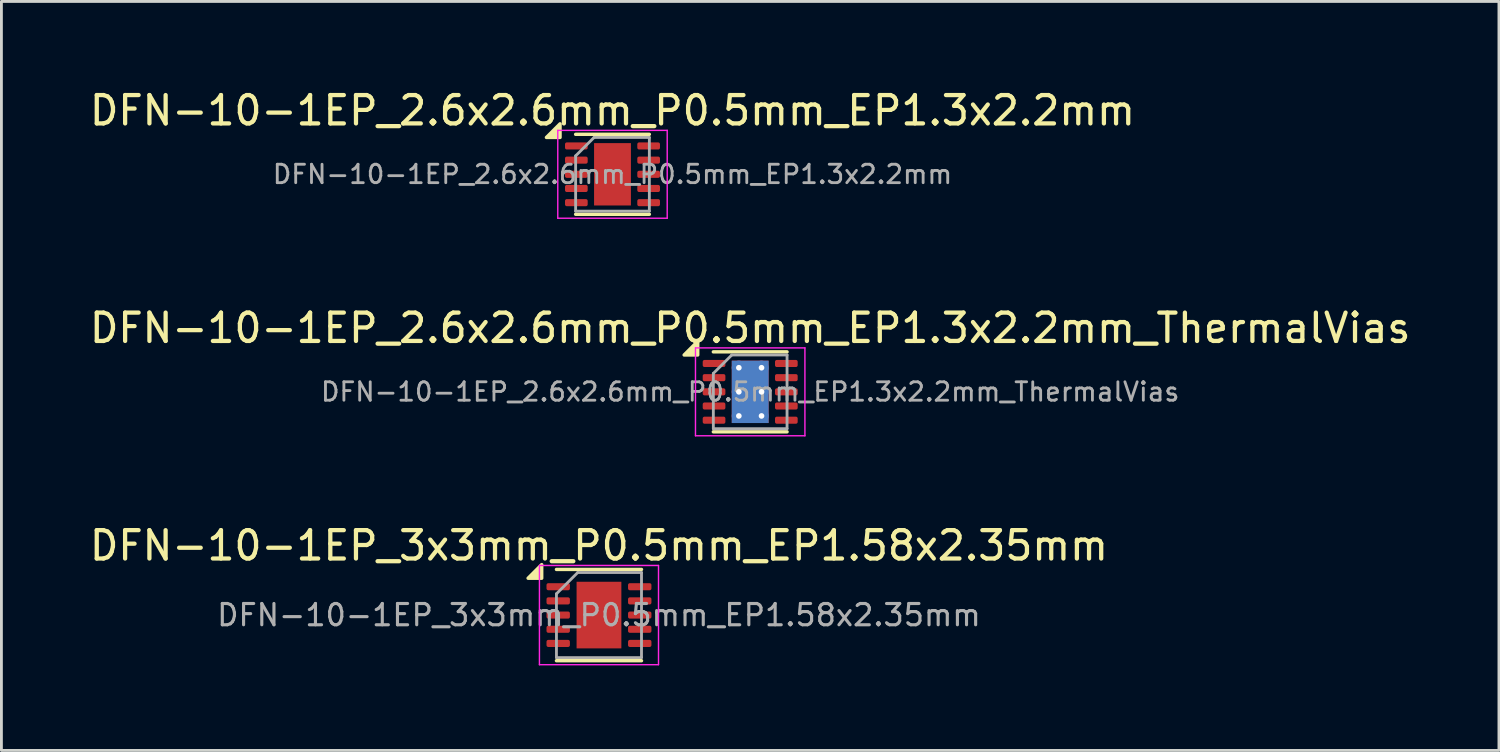
<source format=kicad_pcb>
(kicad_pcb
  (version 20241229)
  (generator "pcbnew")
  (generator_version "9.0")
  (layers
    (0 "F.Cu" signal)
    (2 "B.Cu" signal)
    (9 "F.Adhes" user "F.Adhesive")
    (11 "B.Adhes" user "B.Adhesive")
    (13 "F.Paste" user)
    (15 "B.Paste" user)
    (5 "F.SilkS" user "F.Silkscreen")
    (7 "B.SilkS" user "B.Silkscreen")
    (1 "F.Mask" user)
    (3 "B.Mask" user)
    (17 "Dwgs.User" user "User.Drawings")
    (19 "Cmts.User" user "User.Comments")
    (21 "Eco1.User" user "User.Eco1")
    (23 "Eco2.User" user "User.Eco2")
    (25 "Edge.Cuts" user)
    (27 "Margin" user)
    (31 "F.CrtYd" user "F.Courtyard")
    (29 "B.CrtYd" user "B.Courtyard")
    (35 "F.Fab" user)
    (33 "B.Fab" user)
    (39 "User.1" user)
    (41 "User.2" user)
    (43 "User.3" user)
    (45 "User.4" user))
  (footprint "DFN-10-1EP_2.6x2.6mm_P0.5mm_EP1.3x2.2mm_ThermalVias"
    (layer "F.Cu")
    (at 23.411 10.771)
    (property "Reference" "DFN-10-1EP_2.6x2.6mm_P0.5mm_EP1.3x2.2mm_ThermalVias" (at 0 -2.25 0) (layer "F.SilkS") (effects (font (size 1 1) (thickness 0.15))))
    (attr smd)
    (fp_line (start -1.3 -1.41) (end 1.3 -1.41) (stroke (width 0.12) (type solid)) (layer "F.SilkS"))
    (fp_line (start -1.3 1.41) (end 1.3 1.41) (stroke (width 0.12) (type solid)) (layer "F.SilkS"))
    (fp_poly (pts (xy -1.85 -1.3) (xy -2.33 -1.3) (xy -1.85 -1.78) (xy -1.85 -1.3)) (stroke (width 0.12) (type solid)) (fill yes) (layer "F.SilkS"))
    (fp_line (start -1.93 -1.55) (end -1.93 1.55) (stroke (width 0.05) (type solid)) (layer "F.CrtYd"))
    (fp_line (start -1.93 1.55) (end 1.93 1.55) (stroke (width 0.05) (type solid)) (layer "F.CrtYd"))
    (fp_line (start 1.93 -1.55) (end -1.93 -1.55) (stroke (width 0.05) (type solid)) (layer "F.CrtYd"))
    (fp_line (start 1.93 1.55) (end 1.93 -1.55) (stroke (width 0.05) (type solid)) (layer "F.CrtYd"))
    (fp_line (start -1.3 -0.65) (end -0.65 -1.3) (stroke (width 0.1) (type solid)) (layer "F.Fab"))
    (fp_line (start -1.3 1.3) (end -1.3 -0.65) (stroke (width 0.1) (type solid)) (layer "F.Fab"))
    (fp_line (start -0.65 -1.3) (end 1.3 -1.3) (stroke (width 0.1) (type solid)) (layer "F.Fab"))
    (fp_line (start 1.3 -1.3) (end 1.3 1.3) (stroke (width 0.1) (type solid)) (layer "F.Fab"))
    (fp_line (start 1.3 1.3) (end -1.3 1.3) (stroke (width 0.1) (type solid)) (layer "F.Fab"))
    (fp_text user "${REFERENCE}" (at 0 0 0) (layer "F.Fab") (effects (font (size 0.65 0.65) (thickness 0.1))))
    (pad "" smd roundrect (at -0.325 -0.55) (size 0.52 0.89) (layers "F.Paste") (roundrect_rratio 0.25))
    (pad "" smd roundrect (at -0.325 0.55) (size 0.52 0.89) (layers "F.Paste") (roundrect_rratio 0.25))
    (pad "" smd roundrect (at 0.325 -0.55) (size 0.52 0.89) (layers "F.Paste") (roundrect_rratio 0.25))
    (pad "" smd roundrect (at 0.325 0.55) (size 0.52 0.89) (layers "F.Paste") (roundrect_rratio 0.25))
    (pad "1" smd roundrect (at -1.275 -1) (size 0.8 0.25) (layers "F.Cu" "F.Mask" "F.Paste") (roundrect_rratio 0.25))
    (pad "2" smd roundrect (at -1.275 -0.5) (size 0.8 0.25) (layers "F.Cu" "F.Mask" "F.Paste") (roundrect_rratio 0.25))
    (pad "3" smd roundrect (at -1.275 0) (size 0.8 0.25) (layers "F.Cu" "F.Mask" "F.Paste") (roundrect_rratio 0.25))
    (pad "4" smd roundrect (at -1.275 0.5) (size 0.8 0.25) (layers "F.Cu" "F.Mask" "F.Paste") (roundrect_rratio 0.25))
    (pad "5" smd roundrect (at -1.275 1) (size 0.8 0.25) (layers "F.Cu" "F.Mask" "F.Paste") (roundrect_rratio 0.25))
    (pad "6" smd roundrect (at 1.275 1) (size 0.8 0.25) (layers "F.Cu" "F.Mask" "F.Paste") (roundrect_rratio 0.25))
    (pad "7" smd roundrect (at 1.275 0.5) (size 0.8 0.25) (layers "F.Cu" "F.Mask" "F.Paste") (roundrect_rratio 0.25))
    (pad "8" smd roundrect (at 1.275 0) (size 0.8 0.25) (layers "F.Cu" "F.Mask" "F.Paste") (roundrect_rratio 0.25))
    (pad "9" smd roundrect (at 1.275 -0.5) (size 0.8 0.25) (layers "F.Cu" "F.Mask" "F.Paste") (roundrect_rratio 0.25))
    (pad "10" smd roundrect (at 1.275 -1) (size 0.8 0.25) (layers "F.Cu" "F.Mask" "F.Paste") (roundrect_rratio 0.25))
    (pad "11" thru_hole circle (at -0.4 -0.85) (size 0.5 0.5) (drill 0.2) (property pad_prop_heatsink) (layers "*.Cu"))
    (pad "11" thru_hole circle (at -0.4 0) (size 0.5 0.5) (drill 0.2) (property pad_prop_heatsink) (layers "*.Cu"))
    (pad "11" thru_hole circle (at -0.4 0.85) (size 0.5 0.5) (drill 0.2) (property pad_prop_heatsink) (layers "*.Cu"))
    (pad "11" smd rect (at 0 0) (size 1.3 2.2) (property pad_prop_heatsink) (layers "F.Cu" "F.Mask"))
    (pad "11" smd rect (at 0 0) (size 1.3 2.2) (property pad_prop_heatsink) (layers "B.Cu"))
    (pad "11" thru_hole circle (at 0.4 -0.85) (size 0.5 0.5) (drill 0.2) (property pad_prop_heatsink) (layers "*.Cu"))
    (pad "11" thru_hole circle (at 0.4 0) (size 0.5 0.5) (drill 0.2) (property pad_prop_heatsink) (layers "*.Cu"))
    (pad "11" thru_hole circle (at 0.4 0.85) (size 0.5 0.5) (drill 0.2) (property pad_prop_heatsink) (layers "*.Cu")))
  (footprint "DFN-10-1EP_2.6x2.6mm_P0.5mm_EP1.3x2.2mm"
    (layer "F.Cu")
    (at 18.554 3.098)
    (property "Reference" "DFN-10-1EP_2.6x2.6mm_P0.5mm_EP1.3x2.2mm" (at 0 -2.25 0) (layer "F.SilkS") (effects (font (size 1 1) (thickness 0.15))))
    (attr smd)
    (fp_line (start -1.3 -1.41) (end 1.3 -1.41) (stroke (width 0.12) (type solid)) (layer "F.SilkS"))
    (fp_line (start -1.3 1.41) (end 1.3 1.41) (stroke (width 0.12) (type solid)) (layer "F.SilkS"))
    (fp_poly (pts (xy -1.85 -1.3) (xy -2.33 -1.3) (xy -1.85 -1.78) (xy -1.85 -1.3)) (stroke (width 0.12) (type solid)) (fill yes) (layer "F.SilkS"))
    (fp_line (start -1.93 -1.55) (end -1.93 1.55) (stroke (width 0.05) (type solid)) (layer "F.CrtYd"))
    (fp_line (start -1.93 1.55) (end 1.93 1.55) (stroke (width 0.05) (type solid)) (layer "F.CrtYd"))
    (fp_line (start 1.93 -1.55) (end -1.93 -1.55) (stroke (width 0.05) (type solid)) (layer "F.CrtYd"))
    (fp_line (start 1.93 1.55) (end 1.93 -1.55) (stroke (width 0.05) (type solid)) (layer "F.CrtYd"))
    (fp_line (start -1.3 -0.65) (end -0.65 -1.3) (stroke (width 0.1) (type solid)) (layer "F.Fab"))
    (fp_line (start -1.3 1.3) (end -1.3 -0.65) (stroke (width 0.1) (type solid)) (layer "F.Fab"))
    (fp_line (start -0.65 -1.3) (end 1.3 -1.3) (stroke (width 0.1) (type solid)) (layer "F.Fab"))
    (fp_line (start 1.3 -1.3) (end 1.3 1.3) (stroke (width 0.1) (type solid)) (layer "F.Fab"))
    (fp_line (start 1.3 1.3) (end -1.3 1.3) (stroke (width 0.1) (type solid)) (layer "F.Fab"))
    (fp_text user "${REFERENCE}" (at 0 0 0) (layer "F.Fab") (effects (font (size 0.65 0.65) (thickness 0.1))))
    (pad "" smd roundrect (at -0.325 -0.55) (size 0.52 0.89) (layers "F.Paste") (roundrect_rratio 0.25))
    (pad "" smd roundrect (at -0.325 0.55) (size 0.52 0.89) (layers "F.Paste") (roundrect_rratio 0.25))
    (pad "" smd roundrect (at 0.325 -0.55) (size 0.52 0.89) (layers "F.Paste") (roundrect_rratio 0.25))
    (pad "" smd roundrect (at 0.325 0.55) (size 0.52 0.89) (layers "F.Paste") (roundrect_rratio 0.25))
    (pad "1" smd roundrect (at -1.275 -1) (size 0.8 0.25) (layers "F.Cu" "F.Mask" "F.Paste") (roundrect_rratio 0.25))
    (pad "2" smd roundrect (at -1.275 -0.5) (size 0.8 0.25) (layers "F.Cu" "F.Mask" "F.Paste") (roundrect_rratio 0.25))
    (pad "3" smd roundrect (at -1.275 0) (size 0.8 0.25) (layers "F.Cu" "F.Mask" "F.Paste") (roundrect_rratio 0.25))
    (pad "4" smd roundrect (at -1.275 0.5) (size 0.8 0.25) (layers "F.Cu" "F.Mask" "F.Paste") (roundrect_rratio 0.25))
    (pad "5" smd roundrect (at -1.275 1) (size 0.8 0.25) (layers "F.Cu" "F.Mask" "F.Paste") (roundrect_rratio 0.25))
    (pad "6" smd roundrect (at 1.275 1) (size 0.8 0.25) (layers "F.Cu" "F.Mask" "F.Paste") (roundrect_rratio 0.25))
    (pad "7" smd roundrect (at 1.275 0.5) (size 0.8 0.25) (layers "F.Cu" "F.Mask" "F.Paste") (roundrect_rratio 0.25))
    (pad "8" smd roundrect (at 1.275 0) (size 0.8 0.25) (layers "F.Cu" "F.Mask" "F.Paste") (roundrect_rratio 0.25))
    (pad "9" smd roundrect (at 1.275 -0.5) (size 0.8 0.25) (layers "F.Cu" "F.Mask" "F.Paste") (roundrect_rratio 0.25))
    (pad "10" smd roundrect (at 1.275 -1) (size 0.8 0.25) (layers "F.Cu" "F.Mask" "F.Paste") (roundrect_rratio 0.25))
    (pad "11" smd rect (at 0 0) (size 1.3 2.2) (property pad_prop_heatsink) (layers "F.Cu" "F.Mask")))
  (footprint "DFN-10-1EP_3x3mm_P0.5mm_EP1.58x2.35mm"
    (layer "F.Cu")
    (at 18.077 18.645)
    (property "Reference" "DFN-10-1EP_3x3mm_P0.5mm_EP1.58x2.35mm" (at 0 -2.45 0) (layer "F.SilkS") (effects (font (size 1 1) (thickness 0.15))))
    (attr smd)
    (fp_line (start -1.5 -1.61) (end 1.5 -1.61) (stroke (width 0.12) (type solid)) (layer "F.SilkS"))
    (fp_line (start -1.5 1.61) (end 1.5 1.61) (stroke (width 0.12) (type solid)) (layer "F.SilkS"))
    (fp_poly (pts (xy -2.02 -1.3) (xy -2.5 -1.3) (xy -2.02 -1.78) (xy -2.02 -1.3)) (stroke (width 0.12) (type solid)) (fill yes) (layer "F.SilkS"))
    (fp_line (start -2.1 -1.75) (end -2.1 1.75) (stroke (width 0.05) (type solid)) (layer "F.CrtYd"))
    (fp_line (start -2.1 1.75) (end 2.1 1.75) (stroke (width 0.05) (type solid)) (layer "F.CrtYd"))
    (fp_line (start 2.1 -1.75) (end -2.1 -1.75) (stroke (width 0.05) (type solid)) (layer "F.CrtYd"))
    (fp_line (start 2.1 1.75) (end 2.1 -1.75) (stroke (width 0.05) (type solid)) (layer "F.CrtYd"))
    (fp_line (start -1.5 -0.75) (end -0.75 -1.5) (stroke (width 0.1) (type solid)) (layer "F.Fab"))
    (fp_line (start -1.5 1.5) (end -1.5 -0.75) (stroke (width 0.1) (type solid)) (layer "F.Fab"))
    (fp_line (start -0.75 -1.5) (end 1.5 -1.5) (stroke (width 0.1) (type solid)) (layer "F.Fab"))
    (fp_line (start 1.5 -1.5) (end 1.5 1.5) (stroke (width 0.1) (type solid)) (layer "F.Fab"))
    (fp_line (start 1.5 1.5) (end -1.5 1.5) (stroke (width 0.1) (type solid)) (layer "F.Fab"))
    (fp_text user "${REFERENCE}" (at 0 0 0) (layer "F.Fab") (effects (font (size 0.75 0.75) (thickness 0.11))))
    (pad "" smd roundrect (at -0.395 -0.59) (size 0.64 0.95) (layers "F.Paste") (roundrect_rratio 0.25))
    (pad "" smd roundrect (at -0.395 0.59) (size 0.64 0.95) (layers "F.Paste") (roundrect_rratio 0.25))
    (pad "" smd roundrect (at 0.395 -0.59) (size 0.64 0.95) (layers "F.Paste") (roundrect_rratio 0.25))
    (pad "" smd roundrect (at 0.395 0.59) (size 0.64 0.95) (layers "F.Paste") (roundrect_rratio 0.25))
    (pad "1" smd roundrect (at -1.438 -1) (size 0.825 0.25) (layers "F.Cu" "F.Mask" "F.Paste") (roundrect_rratio 0.25))
    (pad "2" smd roundrect (at -1.438 -0.5) (size 0.825 0.25) (layers "F.Cu" "F.Mask" "F.Paste") (roundrect_rratio 0.25))
    (pad "3" smd roundrect (at -1.438 0) (size 0.825 0.25) (layers "F.Cu" "F.Mask" "F.Paste") (roundrect_rratio 0.25))
    (pad "4" smd roundrect (at -1.438 0.5) (size 0.825 0.25) (layers "F.Cu" "F.Mask" "F.Paste") (roundrect_rratio 0.25))
    (pad "5" smd roundrect (at -1.438 1) (size 0.825 0.25) (layers "F.Cu" "F.Mask" "F.Paste") (roundrect_rratio 0.25))
    (pad "6" smd roundrect (at 1.438 1) (size 0.825 0.25) (layers "F.Cu" "F.Mask" "F.Paste") (roundrect_rratio 0.25))
    (pad "7" smd roundrect (at 1.438 0.5) (size 0.825 0.25) (layers "F.Cu" "F.Mask" "F.Paste") (roundrect_rratio 0.25))
    (pad "8" smd roundrect (at 1.438 0) (size 0.825 0.25) (layers "F.Cu" "F.Mask" "F.Paste") (roundrect_rratio 0.25))
    (pad "9" smd roundrect (at 1.438 -0.5) (size 0.825 0.25) (layers "F.Cu" "F.Mask" "F.Paste") (roundrect_rratio 0.25))
    (pad "10" smd roundrect (at 1.438 -1) (size 0.825 0.25) (layers "F.Cu" "F.Mask" "F.Paste") (roundrect_rratio 0.25))
    (pad "11" smd rect (at 0 0) (size 1.58 2.35) (property pad_prop_heatsink) (layers "F.Cu" "F.Mask")))
  (gr_rect
    (start -3 -3)
    (end 49.821 23.42)
    (stroke (width 0.1) (type default))
    (fill no)
    (layer "Edge.Cuts")))
</source>
